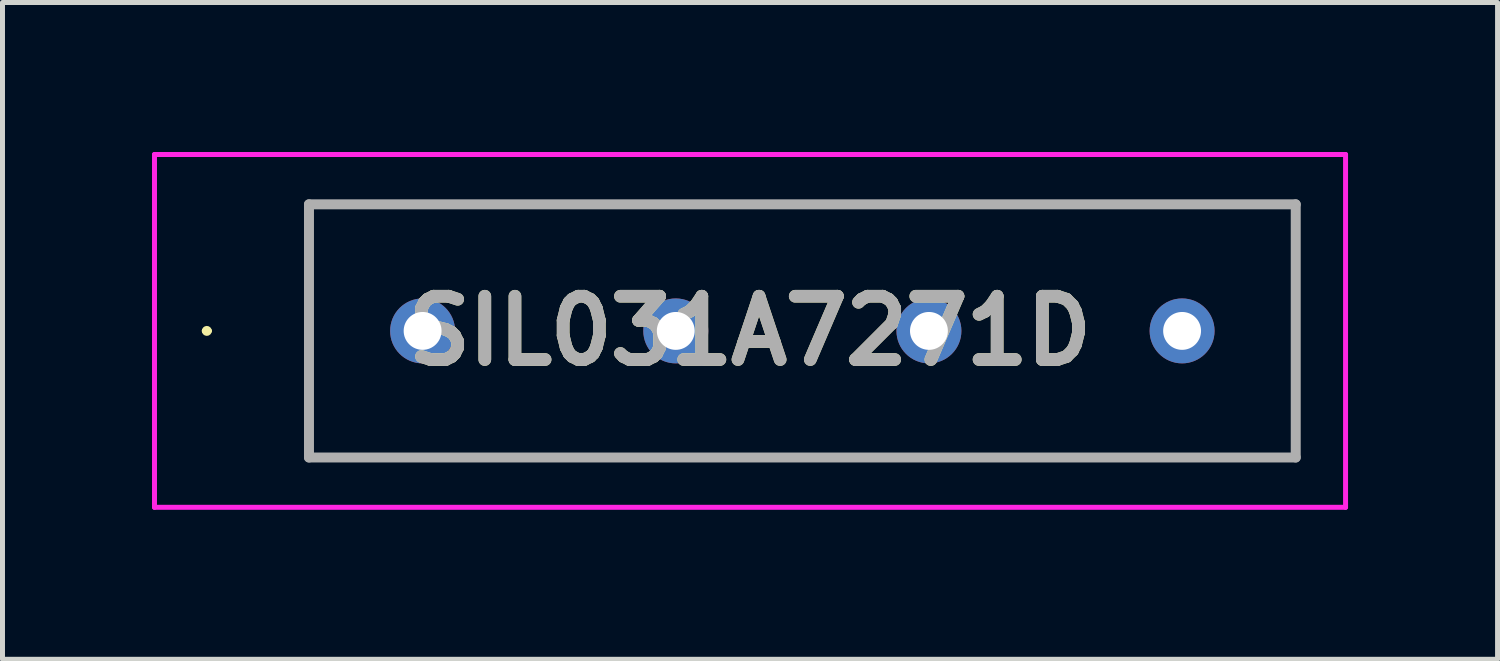
<source format=kicad_pcb>
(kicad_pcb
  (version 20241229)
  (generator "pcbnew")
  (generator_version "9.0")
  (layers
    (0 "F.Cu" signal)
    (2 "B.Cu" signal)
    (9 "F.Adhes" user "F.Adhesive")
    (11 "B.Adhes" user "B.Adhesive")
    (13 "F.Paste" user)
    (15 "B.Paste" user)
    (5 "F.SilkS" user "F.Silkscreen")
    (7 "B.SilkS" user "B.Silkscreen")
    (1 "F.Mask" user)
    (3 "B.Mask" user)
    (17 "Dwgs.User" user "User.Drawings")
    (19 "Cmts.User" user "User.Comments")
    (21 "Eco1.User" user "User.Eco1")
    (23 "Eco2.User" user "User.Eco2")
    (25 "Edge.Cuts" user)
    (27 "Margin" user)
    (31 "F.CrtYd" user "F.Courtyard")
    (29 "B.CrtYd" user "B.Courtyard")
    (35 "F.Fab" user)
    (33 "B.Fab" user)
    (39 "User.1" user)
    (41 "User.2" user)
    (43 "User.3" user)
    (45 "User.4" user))
  (footprint "SIL031A7271D"
    (layer "F.Cu")
    (at 5.43 3.59)
    (property "Reference" "SIL031A7271D" (at 6.57 0 0) (layer "F.SilkS") (effects (font (size 1.27 1.27) (thickness 0.254))))
    (attr through_hole)
    (fp_line (start -4.38 0) (end -4.38 0) (stroke (width 0.1) (type solid)) (layer "F.SilkS"))
    (fp_line (start -4.28 0) (end -4.28 0) (stroke (width 0.1) (type solid)) (layer "F.SilkS"))
    (fp_line (start -2.28 -2.54) (end 17.52 -2.54) (stroke (width 0.1) (type solid)) (layer "F.SilkS"))
    (fp_line (start -2.28 2.54) (end -2.28 -2.54) (stroke (width 0.1) (type solid)) (layer "F.SilkS"))
    (fp_line (start 17.52 -2.54) (end 17.52 2.54) (stroke (width 0.1) (type solid)) (layer "F.SilkS"))
    (fp_line (start 17.52 2.54) (end -2.28 2.54) (stroke (width 0.1) (type solid)) (layer "F.SilkS"))
    (fp_arc (start -4.38 0) (mid -4.33 -0.05) (end -4.28 0) (stroke (width 0.1) (type solid)) (layer "F.SilkS"))
    (fp_arc (start -4.28 0) (mid -4.33 0.05) (end -4.38 0) (stroke (width 0.1) (type solid)) (layer "F.SilkS"))
    (fp_line (start -5.38 -3.54) (end 18.52 -3.54) (stroke (width 0.1) (type solid)) (layer "F.CrtYd"))
    (fp_line (start -5.38 3.54) (end -5.38 -3.54) (stroke (width 0.1) (type solid)) (layer "F.CrtYd"))
    (fp_line (start 18.52 -3.54) (end 18.52 3.54) (stroke (width 0.1) (type solid)) (layer "F.CrtYd"))
    (fp_line (start 18.52 3.54) (end -5.38 3.54) (stroke (width 0.1) (type solid)) (layer "F.CrtYd"))
    (fp_line (start -2.28 -2.54) (end 17.52 -2.54) (stroke (width 0.2) (type solid)) (layer "F.Fab"))
    (fp_line (start -2.28 2.54) (end -2.28 -2.54) (stroke (width 0.2) (type solid)) (layer "F.Fab"))
    (fp_line (start 17.52 -2.54) (end 17.52 2.54) (stroke (width 0.2) (type solid)) (layer "F.Fab"))
    (fp_line (start 17.52 2.54) (end -2.28 2.54) (stroke (width 0.2) (type solid)) (layer "F.Fab"))
    (fp_text user "${REFERENCE}" (at 6.57 0 0) (layer "F.Fab") (effects (font (size 1.27 1.27) (thickness 0.254))))
    (pad "1" thru_hole circle (at 0 0) (size 1.303 1.303) (drill 0.76) (layers "*.Cu" "*.Mask"))
    (pad "3" thru_hole circle (at 5.08 0) (size 1.303 1.303) (drill 0.76) (layers "*.Cu" "*.Mask"))
    (pad "5" thru_hole circle (at 10.16 0) (size 1.303 1.303) (drill 0.76) (layers "*.Cu" "*.Mask"))
    (pad "7" thru_hole circle (at 15.24 0) (size 1.303 1.303) (drill 0.76) (layers "*.Cu" "*.Mask")))
  (gr_rect
    (start -3 -3)
    (end 27 10.18)
    (stroke (width 0.1) (type default))
    (fill no)
    (layer "Edge.Cuts")))
</source>
